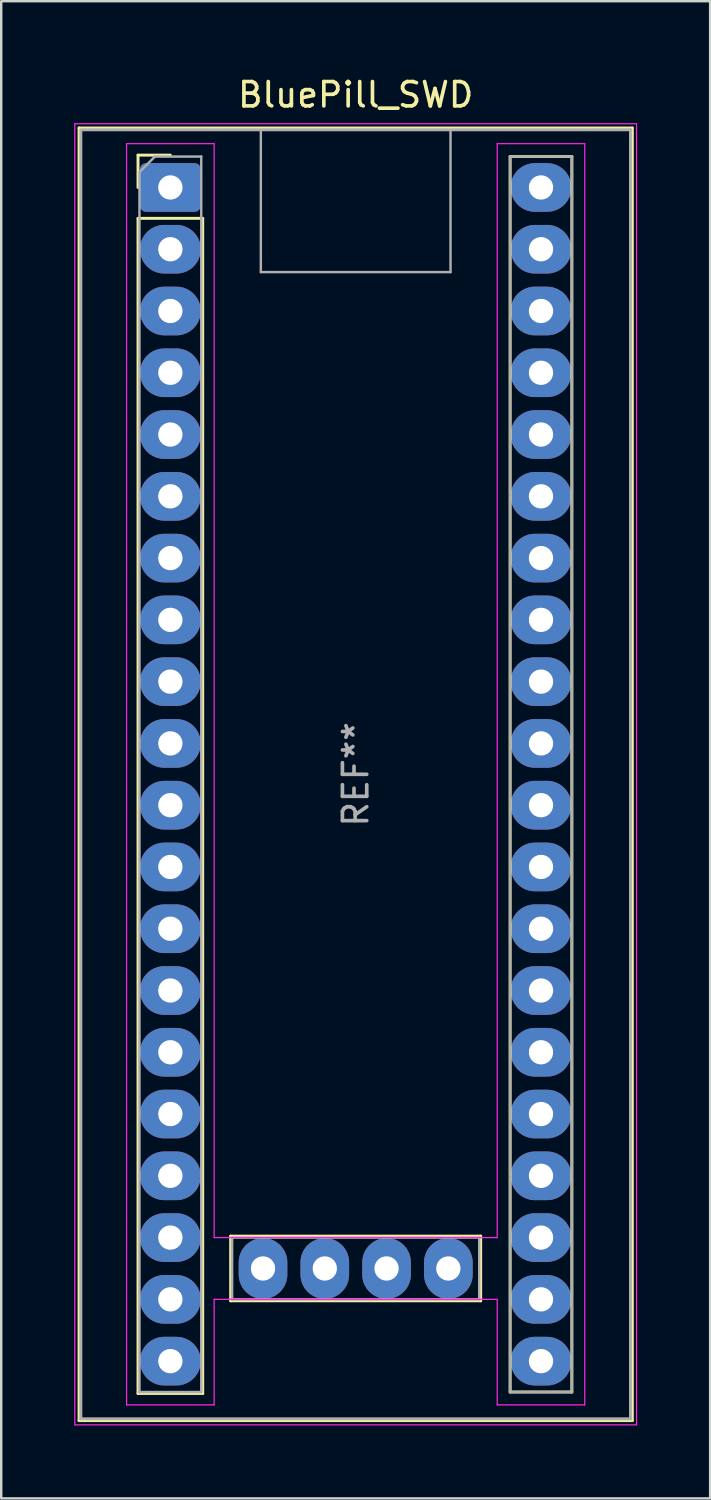
<source format=kicad_pcb>
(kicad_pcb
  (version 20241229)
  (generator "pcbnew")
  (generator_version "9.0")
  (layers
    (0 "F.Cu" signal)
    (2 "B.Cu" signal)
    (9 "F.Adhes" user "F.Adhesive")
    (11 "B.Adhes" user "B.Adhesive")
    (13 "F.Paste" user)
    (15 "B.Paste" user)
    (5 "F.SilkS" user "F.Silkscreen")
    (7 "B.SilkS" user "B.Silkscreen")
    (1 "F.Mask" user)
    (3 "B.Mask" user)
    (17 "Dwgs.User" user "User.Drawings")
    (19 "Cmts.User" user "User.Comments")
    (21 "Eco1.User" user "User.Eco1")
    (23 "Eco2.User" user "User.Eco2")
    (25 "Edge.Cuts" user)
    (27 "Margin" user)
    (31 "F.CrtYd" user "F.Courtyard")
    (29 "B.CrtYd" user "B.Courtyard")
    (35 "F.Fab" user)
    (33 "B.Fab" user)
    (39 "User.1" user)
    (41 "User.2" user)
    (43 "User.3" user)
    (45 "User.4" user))
  (footprint "BluePill_SWD"
    (layer "F.Cu")
    (at 3.955 4.658)
    (property "Reference" "BluePill_SWD" (at 7.62 -3.81 0) (layer "F.SilkS") (effects (font (size 1 1) (thickness 0.15))))
    (attr through_hole)
    (fp_line (start -3.755 -2.445) (end 18.995 -2.445) (stroke (width 0.12) (type solid)) (layer "F.SilkS"))
    (fp_line (start -3.755 50.705) (end -3.755 -2.445) (stroke (width 0.12) (type solid)) (layer "F.SilkS"))
    (fp_line (start -1.33 -1.33) (end 0 -1.33) (stroke (width 0.12) (type solid)) (layer "F.SilkS"))
    (fp_line (start -1.33 0) (end -1.33 -1.33) (stroke (width 0.12) (type solid)) (layer "F.SilkS"))
    (fp_line (start -1.33 1.27) (end 1.33 1.27) (stroke (width 0.12) (type solid)) (layer "F.SilkS"))
    (fp_line (start -1.33 49.59) (end -1.33 1.27) (stroke (width 0.12) (type solid)) (layer "F.SilkS"))
    (fp_line (start 1.33 1.27) (end 1.33 49.59) (stroke (width 0.12) (type solid)) (layer "F.SilkS"))
    (fp_line (start 1.33 49.59) (end -1.33 49.59) (stroke (width 0.12) (type solid)) (layer "F.SilkS"))
    (fp_line (start 2.48 43.12) (end 2.48 45.78) (stroke (width 0.12) (type solid)) (layer "F.SilkS"))
    (fp_line (start 2.48 45.78) (end 12.76 45.78) (stroke (width 0.12) (type solid)) (layer "F.SilkS"))
    (fp_line (start 12.76 43.12) (end 2.48 43.12) (stroke (width 0.12) (type solid)) (layer "F.SilkS"))
    (fp_line (start 12.76 45.78) (end 12.76 43.12) (stroke (width 0.12) (type solid)) (layer "F.SilkS"))
    (fp_line (start 13.97 -1.27) (end 16.51 -1.27) (stroke (width 0.12) (type solid)) (layer "F.SilkS"))
    (fp_line (start 13.97 49.53) (end 13.97 -1.27) (stroke (width 0.12) (type solid)) (layer "F.SilkS"))
    (fp_line (start 16.51 -1.27) (end 16.51 49.53) (stroke (width 0.12) (type solid)) (layer "F.SilkS"))
    (fp_line (start 16.51 49.53) (end 13.97 49.53) (stroke (width 0.12) (type solid)) (layer "F.SilkS"))
    (fp_line (start 18.995 -2.445) (end 18.995 50.705) (stroke (width 0.12) (type solid)) (layer "F.SilkS"))
    (fp_line (start 18.995 50.705) (end -3.755 50.705) (stroke (width 0.12) (type solid)) (layer "F.SilkS"))
    (fp_line (start -3.93 -2.62) (end 19.17 -2.62) (stroke (width 0.05) (type solid)) (layer "F.CrtYd"))
    (fp_line (start -3.93 50.88) (end -3.93 -2.62) (stroke (width 0.05) (type solid)) (layer "F.CrtYd"))
    (fp_line (start -1.8 -1.8) (end -1.8 50.06) (stroke (width 0.05) (type solid)) (layer "F.CrtYd"))
    (fp_line (start -1.8 50.06) (end 1.8 50.06) (stroke (width 0.05) (type solid)) (layer "F.CrtYd"))
    (fp_line (start 1.8 -1.8) (end -1.8 -1.8) (stroke (width 0.05) (type solid)) (layer "F.CrtYd"))
    (fp_line (start 1.8 -1.8) (end 1.8 43.18) (stroke (width 0.05) (type solid)) (layer "F.CrtYd"))
    (fp_line (start 1.8 43.18) (end 13.44 43.18) (stroke (width 0.05) (type solid)) (layer "F.CrtYd"))
    (fp_line (start 1.8 45.72) (end 1.8 50.06) (stroke (width 0.05) (type solid)) (layer "F.CrtYd"))
    (fp_line (start 13.44 -1.8) (end 13.44 43.18) (stroke (width 0.05) (type solid)) (layer "F.CrtYd"))
    (fp_line (start 13.44 -1.8) (end 17.04 -1.8) (stroke (width 0.05) (type solid)) (layer "F.CrtYd"))
    (fp_line (start 13.44 45.72) (end 1.8 45.72) (stroke (width 0.05) (type solid)) (layer "F.CrtYd"))
    (fp_line (start 13.44 45.72) (end 13.44 50.06) (stroke (width 0.05) (type solid)) (layer "F.CrtYd"))
    (fp_line (start 17.04 -1.8) (end 17.04 50.06) (stroke (width 0.05) (type solid)) (layer "F.CrtYd"))
    (fp_line (start 17.04 50.06) (end 13.44 50.06) (stroke (width 0.05) (type solid)) (layer "F.CrtYd"))
    (fp_line (start 19.17 -2.62) (end 19.17 50.88) (stroke (width 0.05) (type solid)) (layer "F.CrtYd"))
    (fp_line (start 19.17 50.88) (end -3.93 50.88) (stroke (width 0.05) (type solid)) (layer "F.CrtYd"))
    (fp_line (start -3.68 -2.37) (end 18.92 -2.37) (stroke (width 0.12) (type solid)) (layer "F.Fab"))
    (fp_line (start -3.68 50.63) (end -3.68 -2.32) (stroke (width 0.12) (type solid)) (layer "F.Fab"))
    (fp_line (start -3.68 50.63) (end 18.92 50.63) (stroke (width 0.12) (type solid)) (layer "F.Fab"))
    (fp_line (start -1.27 -0.635) (end -0.635 -1.27) (stroke (width 0.1) (type solid)) (layer "F.Fab"))
    (fp_line (start -1.27 49.53) (end -1.27 -0.635) (stroke (width 0.1) (type solid)) (layer "F.Fab"))
    (fp_line (start -0.635 -1.27) (end 1.27 -1.27) (stroke (width 0.1) (type solid)) (layer "F.Fab"))
    (fp_line (start 1.27 -1.27) (end 1.27 49.53) (stroke (width 0.1) (type solid)) (layer "F.Fab"))
    (fp_line (start 1.27 49.53) (end -1.27 49.53) (stroke (width 0.1) (type solid)) (layer "F.Fab"))
    (fp_line (start 2.54 43.18) (end 12.7 43.18) (stroke (width 0.1) (type solid)) (layer "F.Fab"))
    (fp_line (start 2.54 45.72) (end 2.54 43.18) (stroke (width 0.1) (type solid)) (layer "F.Fab"))
    (fp_line (start 3.72 3.48) (end 3.72 -2.32) (stroke (width 0.1) (type solid)) (layer "F.Fab"))
    (fp_line (start 3.72 3.48) (end 11.52 3.48) (stroke (width 0.1) (type solid)) (layer "F.Fab"))
    (fp_line (start 11.52 3.48) (end 11.52 -2.32) (stroke (width 0.1) (type solid)) (layer "F.Fab"))
    (fp_line (start 12.7 43.18) (end 12.7 45.72) (stroke (width 0.1) (type solid)) (layer "F.Fab"))
    (fp_line (start 12.7 45.72) (end 2.54 45.72) (stroke (width 0.1) (type solid)) (layer "F.Fab"))
    (fp_line (start 13.97 -1.27) (end 16.51 -1.27) (stroke (width 0.1) (type solid)) (layer "F.Fab"))
    (fp_line (start 13.97 49.53) (end 13.97 -1.27) (stroke (width 0.1) (type solid)) (layer "F.Fab"))
    (fp_line (start 16.51 -1.27) (end 16.51 49.53) (stroke (width 0.1) (type solid)) (layer "F.Fab"))
    (fp_line (start 16.51 49.53) (end 13.97 49.53) (stroke (width 0.1) (type solid)) (layer "F.Fab"))
    (fp_line (start 18.92 -2.37) (end 18.92 50.63) (stroke (width 0.12) (type solid)) (layer "F.Fab"))
    (fp_text user "REF**" (at 7.62 24.13 90) (layer "F.Fab") (effects (font (size 1 1) (thickness 0.15))))
    (pad "1" thru_hole roundrect (at 0 0) (size 2.5 2) (drill 1) (layers "*.Cu" "*.Mask") (roundrect_rratio 0.125))
    (pad "2" thru_hole oval (at 0 2.54) (size 2.5 2) (drill 1) (layers "*.Cu" "*.Mask"))
    (pad "3" thru_hole oval (at 0 5.08) (size 2.5 2) (drill 1) (layers "*.Cu" "*.Mask"))
    (pad "4" thru_hole oval (at 0 7.62) (size 2.5 2) (drill 1) (layers "*.Cu" "*.Mask"))
    (pad "5" thru_hole oval (at 0 10.16) (size 2.5 2) (drill 1) (layers "*.Cu" "*.Mask"))
    (pad "6" thru_hole oval (at 0 12.7) (size 2.5 2) (drill 1) (layers "*.Cu" "*.Mask"))
    (pad "7" thru_hole oval (at 0 15.24) (size 2.5 2) (drill 1) (layers "*.Cu" "*.Mask"))
    (pad "8" thru_hole oval (at 0 17.78) (size 2.5 2) (drill 1) (layers "*.Cu" "*.Mask"))
    (pad "9" thru_hole oval (at 0 20.32) (size 2.5 2) (drill 1) (layers "*.Cu" "*.Mask"))
    (pad "10" thru_hole oval (at 0 22.86) (size 2.5 2) (drill 1) (layers "*.Cu" "*.Mask"))
    (pad "11" thru_hole oval (at 0 25.4) (size 2.5 2) (drill 1) (layers "*.Cu" "*.Mask"))
    (pad "12" thru_hole oval (at 0 27.94) (size 2.5 2) (drill 1) (layers "*.Cu" "*.Mask"))
    (pad "13" thru_hole oval (at 0 30.48) (size 2.5 2) (drill 1) (layers "*.Cu" "*.Mask"))
    (pad "14" thru_hole oval (at 0 33.02) (size 2.5 2) (drill 1) (layers "*.Cu" "*.Mask"))
    (pad "15" thru_hole oval (at 0 35.56) (size 2.5 2) (drill 1) (layers "*.Cu" "*.Mask"))
    (pad "16" thru_hole oval (at 0 38.1) (size 2.5 2) (drill 1) (layers "*.Cu" "*.Mask"))
    (pad "17" thru_hole oval (at 0 40.64) (size 2.5 2) (drill 1) (layers "*.Cu" "*.Mask"))
    (pad "18" thru_hole oval (at 0 43.18) (size 2.5 2) (drill 1) (layers "*.Cu" "*.Mask"))
    (pad "19" thru_hole oval (at 0 45.72) (size 2.5 2) (drill 1) (layers "*.Cu" "*.Mask"))
    (pad "20" thru_hole oval (at 0 48.26) (size 2.5 2) (drill 1) (layers "*.Cu" "*.Mask"))
    (pad "21" thru_hole oval (at 15.24 48.26) (size 2.5 2) (drill 1) (layers "*.Cu" "*.Mask"))
    (pad "22" thru_hole oval (at 15.24 45.72) (size 2.5 2) (drill 1) (layers "*.Cu" "*.Mask"))
    (pad "23" thru_hole oval (at 15.24 43.18) (size 2.5 2) (drill 1) (layers "*.Cu" "*.Mask"))
    (pad "24" thru_hole oval (at 15.24 40.64) (size 2.5 2) (drill 1) (layers "*.Cu" "*.Mask"))
    (pad "25" thru_hole oval (at 15.24 38.1) (size 2.5 2) (drill 1) (layers "*.Cu" "*.Mask"))
    (pad "26" thru_hole oval (at 15.24 35.56) (size 2.5 2) (drill 1) (layers "*.Cu" "*.Mask"))
    (pad "27" thru_hole oval (at 15.24 33.02) (size 2.5 2) (drill 1) (layers "*.Cu" "*.Mask"))
    (pad "28" thru_hole oval (at 15.24 30.48) (size 2.5 2) (drill 1) (layers "*.Cu" "*.Mask"))
    (pad "29" thru_hole oval (at 15.24 27.94) (size 2.5 2) (drill 1) (layers "*.Cu" "*.Mask"))
    (pad "30" thru_hole oval (at 15.24 25.4) (size 2.5 2) (drill 1) (layers "*.Cu" "*.Mask"))
    (pad "31" thru_hole oval (at 15.24 22.86) (size 2.5 2) (drill 1) (layers "*.Cu" "*.Mask"))
    (pad "32" thru_hole oval (at 15.24 20.32) (size 2.5 2) (drill 1) (layers "*.Cu" "*.Mask"))
    (pad "33" thru_hole oval (at 15.24 17.78) (size 2.5 2) (drill 1) (layers "*.Cu" "*.Mask"))
    (pad "34" thru_hole oval (at 15.24 15.24) (size 2.5 2) (drill 1) (layers "*.Cu" "*.Mask"))
    (pad "35" thru_hole oval (at 15.24 12.7) (size 2.5 2) (drill 1) (layers "*.Cu" "*.Mask"))
    (pad "36" thru_hole oval (at 15.24 10.16) (size 2.5 2) (drill 1) (layers "*.Cu" "*.Mask"))
    (pad "37" thru_hole oval (at 15.24 7.62) (size 2.5 2) (drill 1) (layers "*.Cu" "*.Mask"))
    (pad "38" thru_hole oval (at 15.24 5.08) (size 2.5 2) (drill 1) (layers "*.Cu" "*.Mask"))
    (pad "39" thru_hole oval (at 15.24 2.54) (size 2.5 2) (drill 1) (layers "*.Cu" "*.Mask"))
    (pad "40" thru_hole oval (at 15.24 0) (size 2.5 2) (drill 1) (layers "*.Cu" "*.Mask"))
    (pad "41" thru_hole oval (at 11.43 44.45 90) (size 2.5 2) (drill 1) (layers "*.Cu" "*.Mask"))
    (pad "42" thru_hole oval (at 8.89 44.45 90) (size 2.5 2) (drill 1) (layers "*.Cu" "*.Mask"))
    (pad "43" thru_hole oval (at 6.35 44.45 90) (size 2.5 2) (drill 1) (layers "*.Cu" "*.Mask"))
    (pad "44" thru_hole oval (at 3.81 44.45) (size 2 2.5) (drill 1) (layers "*.Cu" "*.Mask")))
  (gr_rect
    (start -3 -3)
    (end 26.15 58.563)
    (stroke (width 0.1) (type default))
    (fill no)
    (layer "Edge.Cuts")))
</source>
